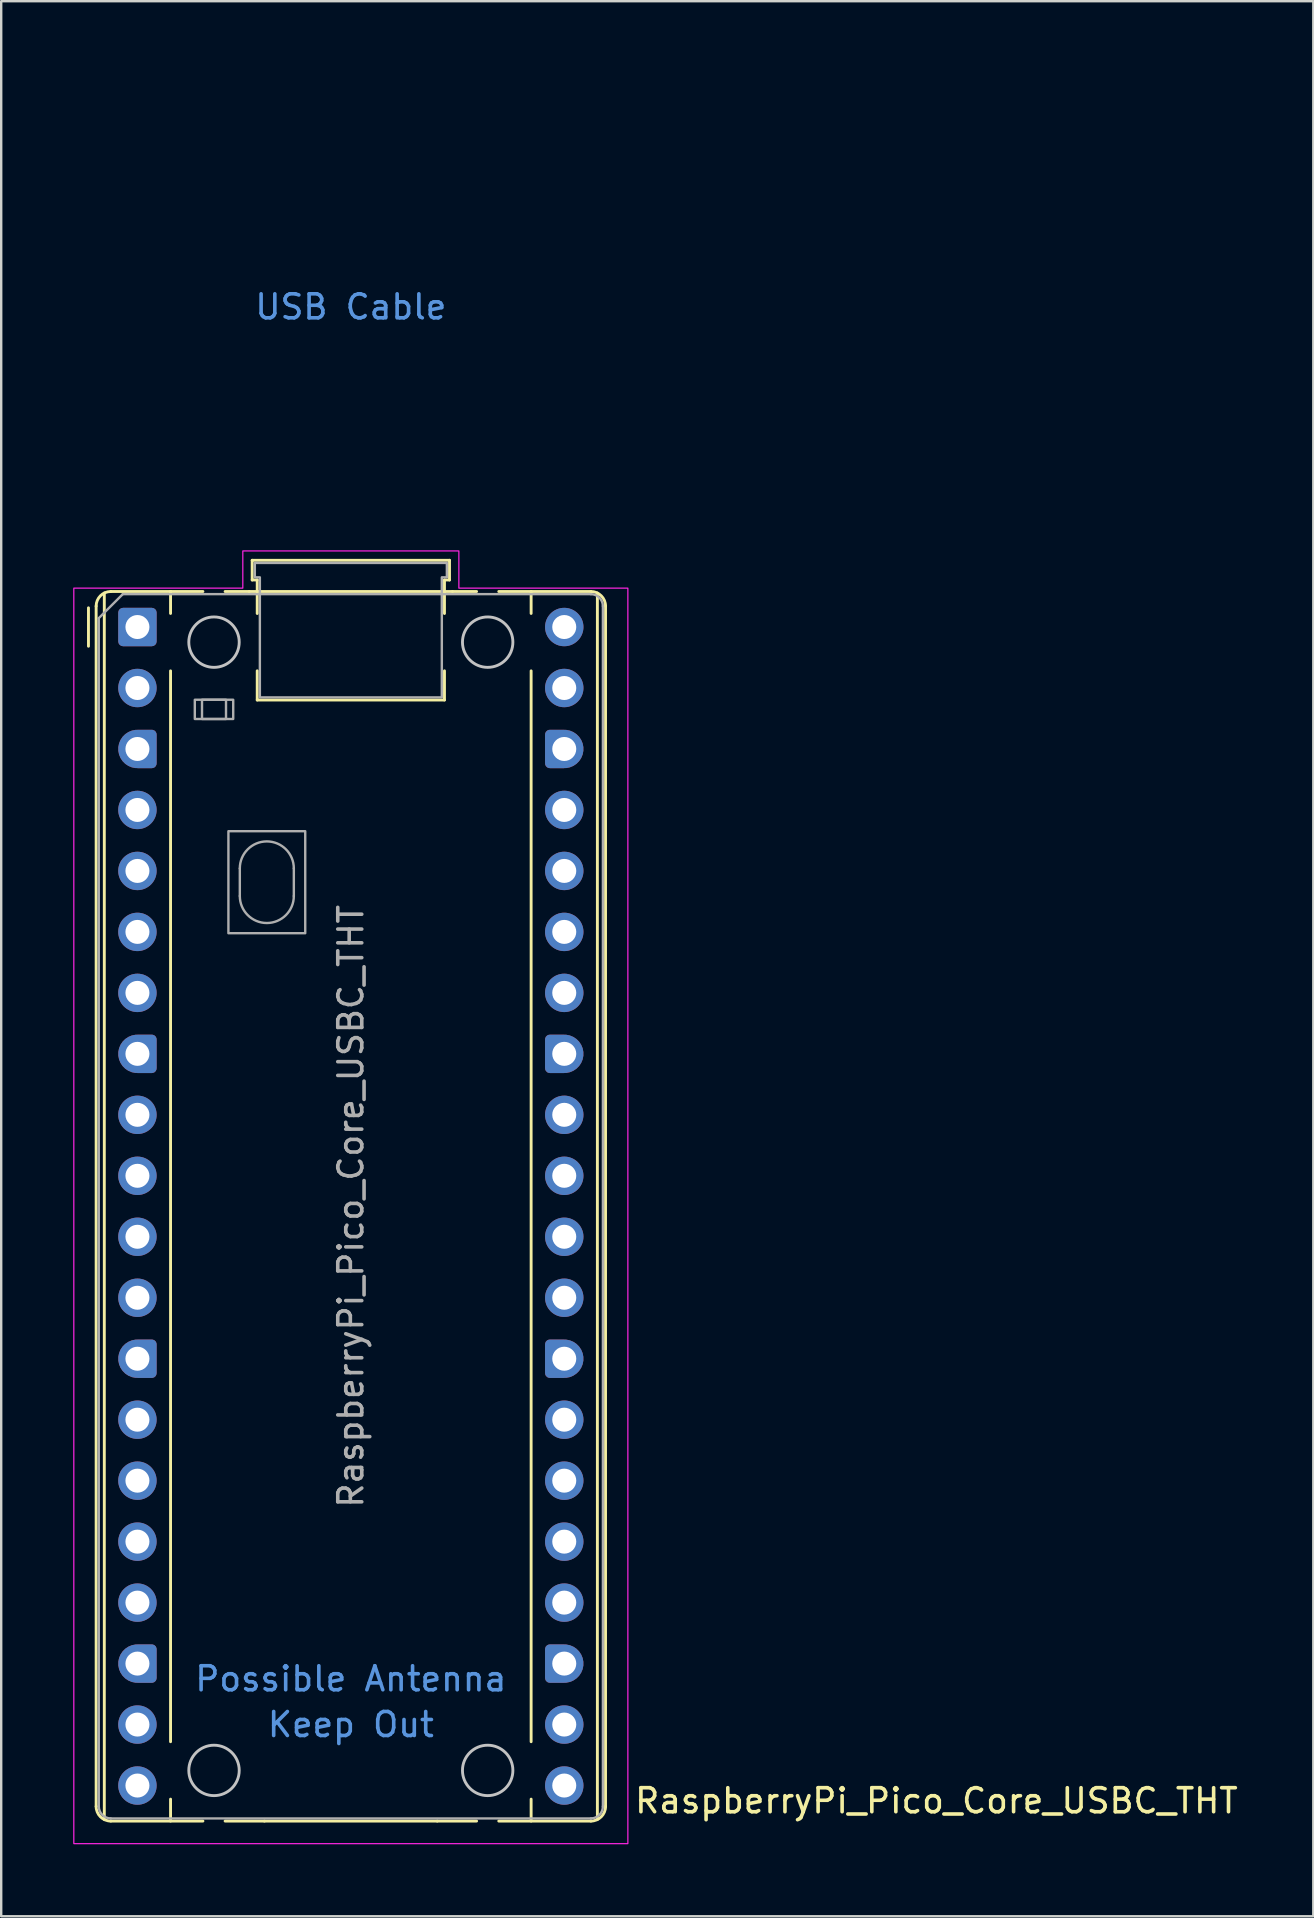
<source format=kicad_pcb>
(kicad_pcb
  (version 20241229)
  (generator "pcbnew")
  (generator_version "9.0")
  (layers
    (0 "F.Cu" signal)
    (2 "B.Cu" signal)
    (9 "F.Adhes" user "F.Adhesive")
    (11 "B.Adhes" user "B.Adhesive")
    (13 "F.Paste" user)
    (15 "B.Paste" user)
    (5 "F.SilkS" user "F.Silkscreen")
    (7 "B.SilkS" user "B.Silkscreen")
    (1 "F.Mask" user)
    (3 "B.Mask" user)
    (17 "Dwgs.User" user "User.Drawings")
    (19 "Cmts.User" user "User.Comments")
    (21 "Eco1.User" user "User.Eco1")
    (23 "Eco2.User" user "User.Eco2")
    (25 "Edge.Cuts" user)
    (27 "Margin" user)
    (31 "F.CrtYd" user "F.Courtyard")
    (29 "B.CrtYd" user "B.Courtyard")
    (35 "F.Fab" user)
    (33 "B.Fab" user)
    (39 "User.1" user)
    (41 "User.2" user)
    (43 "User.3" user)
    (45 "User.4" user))
  (footprint "RaspberryPi_Pico_Core_USBC_THT"
    (layer "F.Cu")
    (at 2.675 23.07)
    (property "Reference" "RaspberryPi_Pico_Core_USBC_THT" (at 20.637 48.895 0) (unlocked yes) (layer "F.SilkS") (effects (font (size 1 1) (thickness 0.15)) (justify left)))
    (attr through_hole)
    (fp_line (start -2.04 0.8) (end -2.04 -0.8) (stroke (width 0.12) (type solid)) (layer "F.SilkS"))
    (fp_line (start -1.72 -0.87) (end -1.72 49.13) (stroke (width 0.12) (type solid)) (layer "F.SilkS"))
    (fp_line (start -1.38 -1.417) (end -1.38 49.677) (stroke (width 0.12) (type solid)) (layer "F.SilkS"))
    (fp_line (start -1.11 -1.48) (end 1.38 -1.48) (stroke (width 0.12) (type solid)) (layer "F.SilkS"))
    (fp_line (start -1.11 49.74) (end 2.728 49.74) (stroke (width 0.12) (type solid)) (layer "F.SilkS"))
    (fp_line (start 1.38 -1.48) (end 1.38 -0.566) (stroke (width 0.12) (type solid)) (layer "F.SilkS"))
    (fp_line (start 1.38 -1.48) (end 2.728 -1.48) (stroke (width 0.12) (type solid)) (layer "F.SilkS"))
    (fp_line (start 1.38 1.826) (end 1.38 46.434) (stroke (width 0.12) (type solid)) (layer "F.SilkS"))
    (fp_line (start 1.38 48.826) (end 1.38 49.74) (stroke (width 0.12) (type solid)) (layer "F.SilkS"))
    (fp_line (start 3.652 -1.48) (end 4.655 -1.48) (stroke (width 0.12) (type solid)) (layer "F.SilkS"))
    (fp_line (start 4.655 -1.48) (end 13.125 -1.48) (stroke (width 0.12) (type solid)) (layer "F.SilkS"))
    (fp_line (start 4.78 -2.78) (end 4.78 -1.96) (stroke (width 0.12) (type solid)) (layer "F.SilkS"))
    (fp_line (start 4.78 -2.78) (end 13 -2.78) (stroke (width 0.12) (type solid)) (layer "F.SilkS"))
    (fp_line (start 4.78 -1.96) (end 4.99 -1.96) (stroke (width 0.12) (type solid)) (layer "F.SilkS"))
    (fp_line (start 4.99 -1.96) (end 4.99 -0.564) (stroke (width 0.12) (type solid)) (layer "F.SilkS"))
    (fp_line (start 4.99 1.824) (end 4.99 3.04) (stroke (width 0.12) (type solid)) (layer "F.SilkS"))
    (fp_line (start 5.29 49.74) (end 3.652 49.74) (stroke (width 0.12) (type solid)) (layer "F.SilkS"))
    (fp_line (start 12.49 49.74) (end 5.29 49.74) (stroke (width 0.12) (type solid)) (layer "F.SilkS"))
    (fp_line (start 12.79 -1.96) (end 12.79 -0.564) (stroke (width 0.12) (type solid)) (layer "F.SilkS"))
    (fp_line (start 12.79 1.824) (end 12.79 3.04) (stroke (width 0.12) (type solid)) (layer "F.SilkS"))
    (fp_line (start 12.79 3.04) (end 4.99 3.04) (stroke (width 0.12) (type solid)) (layer "F.SilkS"))
    (fp_line (start 13 -2.78) (end 13 -1.96) (stroke (width 0.12) (type solid)) (layer "F.SilkS"))
    (fp_line (start 13 -1.96) (end 12.79 -1.96) (stroke (width 0.12) (type solid)) (layer "F.SilkS"))
    (fp_line (start 13.125 -1.48) (end 14.128 -1.48) (stroke (width 0.12) (type solid)) (layer "F.SilkS"))
    (fp_line (start 14.128 49.74) (end 12.49 49.74) (stroke (width 0.12) (type solid)) (layer "F.SilkS"))
    (fp_line (start 15.052 -1.48) (end 16.4 -1.48) (stroke (width 0.12) (type solid)) (layer "F.SilkS"))
    (fp_line (start 15.052 49.74) (end 18.89 49.74) (stroke (width 0.12) (type solid)) (layer "F.SilkS"))
    (fp_line (start 16.4 -1.48) (end 16.4 -0.566) (stroke (width 0.12) (type solid)) (layer "F.SilkS"))
    (fp_line (start 16.4 1.826) (end 16.4 46.434) (stroke (width 0.12) (type solid)) (layer "F.SilkS"))
    (fp_line (start 16.4 48.826) (end 16.4 49.74) (stroke (width 0.12) (type solid)) (layer "F.SilkS"))
    (fp_line (start 18.89 -1.48) (end 16.4 -1.48) (stroke (width 0.12) (type solid)) (layer "F.SilkS"))
    (fp_line (start 19.16 49.677) (end 19.16 -1.417) (stroke (width 0.12) (type solid)) (layer "F.SilkS"))
    (fp_line (start 19.5 -0.87) (end 19.5 49.13) (stroke (width 0.12) (type solid)) (layer "F.SilkS"))
    (fp_arc (start -1.72 -0.87) (mid -1.541335 -1.301335) (end -1.11 -1.48) (stroke (width 0.12) (type solid)) (layer "F.SilkS"))
    (fp_arc (start -1.11 49.74) (mid -1.541364 49.561364) (end -1.72 49.13) (stroke (width 0.12) (type solid)) (layer "F.SilkS"))
    (fp_arc (start 18.89 -1.48) (mid 19.321335 -1.301335) (end 19.5 -0.87) (stroke (width 0.12) (type solid)) (layer "F.SilkS"))
    (fp_arc (start 19.5 49.13) (mid 19.321335 49.561335) (end 18.89 49.74) (stroke (width 0.12) (type solid)) (layer "F.SilkS"))
    (fp_circle (center 3.19 0.63) (end 4.24 0.63) (stroke (width 0.12) (type solid)) (fill no) (layer "Dwgs.User"))
    (fp_circle (center 3.19 47.63) (end 4.24 47.63) (stroke (width 0.12) (type solid)) (fill no) (layer "Dwgs.User"))
    (fp_circle (center 14.59 0.63) (end 15.64 0.63) (stroke (width 0.12) (type solid)) (fill no) (layer "Dwgs.User"))
    (fp_circle (center 14.59 47.63) (end 15.64 47.63) (stroke (width 0.12) (type solid)) (fill no) (layer "Dwgs.User"))
    (fp_poly (pts (xy 4.39 -3.17) (xy 13.39 -3.17) (xy 13.39 -1.62) (xy 20.43 -1.62) (xy 20.43 50.68) (xy -2.65 50.68) (xy -2.65 -1.62) (xy 4.39 -1.62)) (stroke (width 0.05) (type solid)) (fill no) (layer "F.CrtYd"))
    (fp_line (start -1.61 -0.37) (end -0.61 -1.37) (stroke (width 0.1) (type solid)) (layer "F.Fab"))
    (fp_line (start -1.61 49.13) (end -1.61 -0.37) (stroke (width 0.1) (type solid)) (layer "F.Fab"))
    (fp_line (start -0.61 -1.37) (end 18.89 -1.37) (stroke (width 0.1) (type solid)) (layer "F.Fab"))
    (fp_line (start 4.265 10.055) (end 4.265 11.205) (stroke (width 0.1) (type solid)) (layer "F.Fab"))
    (fp_line (start 6.515 10.055) (end 6.515 11.205) (stroke (width 0.1) (type solid)) (layer "F.Fab"))
    (fp_line (start 18.89 49.63) (end -1.11 49.63) (stroke (width 0.1) (type solid)) (layer "F.Fab"))
    (fp_line (start 19.39 -0.87) (end 19.39 49.13) (stroke (width 0.1) (type solid)) (layer "F.Fab"))
    (fp_rect (start 2.39 3.03) (end 3.99 3.83) (stroke (width 0.1) (type solid)) (fill no) (layer "F.Fab"))
    (fp_rect (start 2.69 3.03) (end 3.69 3.83) (stroke (width 0.1) (type solid)) (fill no) (layer "F.Fab"))
    (fp_rect (start 3.79 8.505) (end 6.99 12.755) (stroke (width 0.1) (type solid)) (fill no) (layer "F.Fab"))
    (fp_arc (start -1.11 49.63) (mid -1.463553 49.483553) (end -1.61 49.13) (stroke (width 0.1) (type solid)) (layer "F.Fab"))
    (fp_arc (start 4.265 10.055) (mid 5.39 8.93) (end 6.515 10.055) (stroke (width 0.1) (type solid)) (layer "F.Fab"))
    (fp_arc (start 6.515 11.205) (mid 5.39 12.33) (end 4.265 11.205) (stroke (width 0.1) (type solid)) (layer "F.Fab"))
    (fp_arc (start 18.89 -1.37) (mid 19.243553 -1.223553) (end 19.39 -0.87) (stroke (width 0.1) (type solid)) (layer "F.Fab"))
    (fp_arc (start 19.39 49.13) (mid 19.243553 49.483553) (end 18.89 49.63) (stroke (width 0.1) (type solid)) (layer "F.Fab"))
    (fp_poly (pts (xy 12.68 2.93) (xy 12.68 -2.07) (xy 12.89 -2.07) (xy 12.89 -2.67) (xy 4.89 -2.67) (xy 4.89 -2.07) (xy 5.1 -2.07) (xy 5.1 2.93)) (stroke (width 0.1) (type solid)) (fill no) (layer "F.Fab"))
    (fp_text user "Possible Antenna" (at 8.89 43.815 0) (unlocked yes) (layer "Cmts.User") (effects (font (size 1 1) (thickness 0.15))))
    (fp_text user "USB Cable" (at 8.89 -13.335 0) (unlocked yes) (layer "Cmts.User") (effects (font (size 1 1) (thickness 0.15))))
    (fp_text user "Keep Out" (at 8.89 45.72 0) (unlocked yes) (layer "Cmts.User") (effects (font (size 1 1) (thickness 0.15))))
    (fp_text user "${REFERENCE}" (at 8.89 24.13 90) (layer "F.Fab") (effects (font (size 1 1) (thickness 0.15))))
    (pad "1" thru_hole roundrect (at 0 0) (size 1.6 1.6) (drill 1) (layers "*.Cu" "*.Mask") (roundrect_rratio 0.125))
    (pad "2" thru_hole circle (at 0 2.54) (size 1.6 1.6) (drill 1) (layers "*.Cu" "*.Mask"))
    (pad "3" thru_hole custom (at 0 5.08) (size 1.6 1.6) (drill 1) (layers "*.Cu" "*.Mask") (options (anchor circle)) (primitives (gr_poly (pts (xy 0.8 0.6) (xy 0.8 -0.6) (xy 0.6 -0.8) (xy 0 -0.8) (xy 0 0.8) (xy 0.6 0.8)) (width 0) (fill yes)) (gr_circle (center 0.6 0.6) (end 0.8 0.6) (width 0) (fill yes)) (gr_circle (center 0.6 -0.6) (end 0.8 -0.6) (width 0) (fill yes))))
    (pad "4" thru_hole circle (at 0 7.62) (size 1.6 1.6) (drill 1) (layers "*.Cu" "*.Mask"))
    (pad "5" thru_hole circle (at 0 10.16) (size 1.6 1.6) (drill 1) (layers "*.Cu" "*.Mask"))
    (pad "6" thru_hole circle (at 0 12.7) (size 1.6 1.6) (drill 1) (layers "*.Cu" "*.Mask"))
    (pad "7" thru_hole circle (at 0 15.24) (size 1.6 1.6) (drill 1) (layers "*.Cu" "*.Mask"))
    (pad "8" thru_hole custom (at 0 17.78) (size 1.6 1.6) (drill 1) (layers "*.Cu" "*.Mask") (options (anchor circle)) (primitives (gr_poly (pts (xy 0.8 0.6) (xy 0.8 -0.6) (xy 0.6 -0.8) (xy 0 -0.8) (xy 0 0.8) (xy 0.6 0.8)) (width 0) (fill yes)) (gr_circle (center 0.6 0.6) (end 0.8 0.6) (width 0) (fill yes)) (gr_circle (center 0.6 -0.6) (end 0.8 -0.6) (width 0) (fill yes))))
    (pad "9" thru_hole circle (at 0 20.32) (size 1.6 1.6) (drill 1) (layers "*.Cu" "*.Mask"))
    (pad "10" thru_hole circle (at 0 22.86) (size 1.6 1.6) (drill 1) (layers "*.Cu" "*.Mask"))
    (pad "11" thru_hole circle (at 0 25.4) (size 1.6 1.6) (drill 1) (layers "*.Cu" "*.Mask"))
    (pad "12" thru_hole circle (at 0 27.94) (size 1.6 1.6) (drill 1) (layers "*.Cu" "*.Mask"))
    (pad "13" thru_hole custom (at 0 30.48) (size 1.6 1.6) (drill 1) (layers "*.Cu" "*.Mask") (options (anchor circle)) (primitives (gr_poly (pts (xy 0.8 0.6) (xy 0.8 -0.6) (xy 0.6 -0.8) (xy 0 -0.8) (xy 0 0.8) (xy 0.6 0.8)) (width 0) (fill yes)) (gr_circle (center 0.6 0.6) (end 0.8 0.6) (width 0) (fill yes)) (gr_circle (center 0.6 -0.6) (end 0.8 -0.6) (width 0) (fill yes))))
    (pad "14" thru_hole circle (at 0 33.02) (size 1.6 1.6) (drill 1) (layers "*.Cu" "*.Mask"))
    (pad "15" thru_hole circle (at 0 35.56) (size 1.6 1.6) (drill 1) (layers "*.Cu" "*.Mask"))
    (pad "16" thru_hole circle (at 0 38.1) (size 1.6 1.6) (drill 1) (layers "*.Cu" "*.Mask"))
    (pad "17" thru_hole circle (at 0 40.64) (size 1.6 1.6) (drill 1) (layers "*.Cu" "*.Mask"))
    (pad "18" thru_hole custom (at 0 43.18) (size 1.6 1.6) (drill 1) (layers "*.Cu" "*.Mask") (options (anchor circle)) (primitives (gr_poly (pts (xy 0.8 0.6) (xy 0.8 -0.6) (xy 0.6 -0.8) (xy 0 -0.8) (xy 0 0.8) (xy 0.6 0.8)) (width 0) (fill yes)) (gr_circle (center 0.6 0.6) (end 0.8 0.6) (width 0) (fill yes)) (gr_circle (center 0.6 -0.6) (end 0.8 -0.6) (width 0) (fill yes))))
    (pad "19" thru_hole circle (at 0 45.72) (size 1.6 1.6) (drill 1) (layers "*.Cu" "*.Mask"))
    (pad "20" thru_hole circle (at 0 48.26) (size 1.6 1.6) (drill 1) (layers "*.Cu" "*.Mask"))
    (pad "21" thru_hole circle (at 17.78 48.26) (size 1.6 1.6) (drill 1) (layers "*.Cu" "*.Mask"))
    (pad "22" thru_hole circle (at 17.78 45.72) (size 1.6 1.6) (drill 1) (layers "*.Cu" "*.Mask"))
    (pad "23" thru_hole custom (at 17.78 43.18) (size 1.6 1.6) (drill 1) (layers "*.Cu" "*.Mask") (options (anchor circle)) (primitives (gr_poly (pts (xy -0.8 0.6) (xy -0.8 -0.6) (xy -0.6 -0.8) (xy 0 -0.8) (xy 0 0.8) (xy -0.6 0.8)) (width 0) (fill yes)) (gr_circle (center -0.6 0.6) (end -0.4 0.6) (width 0) (fill yes)) (gr_circle (center -0.6 -0.6) (end -0.4 -0.6) (width 0) (fill yes))))
    (pad "24" thru_hole circle (at 17.78 40.64) (size 1.6 1.6) (drill 1) (layers "*.Cu" "*.Mask"))
    (pad "25" thru_hole circle (at 17.78 38.1) (size 1.6 1.6) (drill 1) (layers "*.Cu" "*.Mask"))
    (pad "26" thru_hole circle (at 17.78 35.56) (size 1.6 1.6) (drill 1) (layers "*.Cu" "*.Mask"))
    (pad "27" thru_hole circle (at 17.78 33.02) (size 1.6 1.6) (drill 1) (layers "*.Cu" "*.Mask"))
    (pad "28" thru_hole custom (at 17.78 30.48) (size 1.6 1.6) (drill 1) (layers "*.Cu" "*.Mask") (options (anchor circle)) (primitives (gr_poly (pts (xy -0.8 0.6) (xy -0.8 -0.6) (xy -0.6 -0.8) (xy 0 -0.8) (xy 0 0.8) (xy -0.6 0.8)) (width 0) (fill yes)) (gr_circle (center -0.6 0.6) (end -0.4 0.6) (width 0) (fill yes)) (gr_circle (center -0.6 -0.6) (end -0.4 -0.6) (width 0) (fill yes))))
    (pad "29" thru_hole circle (at 17.78 27.94) (size 1.6 1.6) (drill 1) (layers "*.Cu" "*.Mask"))
    (pad "30" thru_hole circle (at 17.78 25.4) (size 1.6 1.6) (drill 1) (layers "*.Cu" "*.Mask"))
    (pad "31" thru_hole circle (at 17.78 22.86) (size 1.6 1.6) (drill 1) (layers "*.Cu" "*.Mask"))
    (pad "32" thru_hole circle (at 17.78 20.32) (size 1.6 1.6) (drill 1) (layers "*.Cu" "*.Mask"))
    (pad "33" thru_hole custom (at 17.78 17.78) (size 1.6 1.6) (drill 1) (layers "*.Cu" "*.Mask") (options (anchor circle)) (primitives (gr_poly (pts (xy -0.8 0.6) (xy -0.8 -0.6) (xy -0.6 -0.8) (xy 0 -0.8) (xy 0 0.8) (xy -0.6 0.8)) (width 0) (fill yes)) (gr_circle (center -0.6 0.6) (end -0.4 0.6) (width 0) (fill yes)) (gr_circle (center -0.6 -0.6) (end -0.4 -0.6) (width 0) (fill yes))))
    (pad "34" thru_hole circle (at 17.78 15.24) (size 1.6 1.6) (drill 1) (layers "*.Cu" "*.Mask"))
    (pad "35" thru_hole circle (at 17.78 12.7) (size 1.6 1.6) (drill 1) (layers "*.Cu" "*.Mask"))
    (pad "36" thru_hole circle (at 17.78 10.16) (size 1.6 1.6) (drill 1) (layers "*.Cu" "*.Mask"))
    (pad "37" thru_hole circle (at 17.78 7.62) (size 1.6 1.6) (drill 1) (layers "*.Cu" "*.Mask"))
    (pad "38" thru_hole custom (at 17.78 5.08) (size 1.6 1.6) (drill 1) (layers "*.Cu" "*.Mask") (options (anchor circle)) (primitives (gr_poly (pts (xy -0.8 0.6) (xy -0.8 -0.6) (xy -0.6 -0.8) (xy 0 -0.8) (xy 0 0.8) (xy -0.6 0.8)) (width 0) (fill yes)) (gr_circle (center -0.6 0.6) (end -0.4 0.6) (width 0) (fill yes)) (gr_circle (center -0.6 -0.6) (end -0.4 -0.6) (width 0) (fill yes))))
    (pad "39" thru_hole circle (at 17.78 2.54) (size 1.6 1.6) (drill 1) (layers "*.Cu" "*.Mask"))
    (pad "40" thru_hole circle (at 17.78 0) (size 1.6 1.6) (drill 1) (layers "*.Cu" "*.Mask"))
    (zone (net_name "") (layers "F.Cu" "B.Cu" "F.Paste" "B.Paste") (name "Antenna Copper Keep Out") (hatch full 0.5) (connect_pads) (min_thickness 0.254) (filled_areas_thickness no) (keepout (tracks not_allowed) (vias not_allowed) (pads not_allowed) (copperpour not_allowed) (footprints allowed)) (placement (enabled no)) (fill) (polygon (pts (xy 9.165 72.19) (xy 4.465 68.54) (xy 4.465 64.2) (xy 18.665 64.2) (xy 18.665 68.54) (xy 13.965 72.19) (xy 13.965 73.2) (xy 9.165 73.2))))
    (zone (net_name "") (layer "F.CrtYd") (name "USB Cable") (hatch edge 0.5) (connect_pads) (min_thickness 0.254) (filled_areas_thickness no) (keepout (tracks allowed) (vias allowed) (pads allowed) (copperpour allowed) (footprints allowed)) (placement (enabled no)) (fill) (polygon (pts (xy 5.815 19.5) (xy 7.625 19.5) (xy 7.625 19.9) (xy 15.505 19.9) (xy 15.505 19.5) (xy 17.315 19.5) (xy 17.315 0) (xy 5.815 0)))))
  (gr_rect
    (start -3 -3)
    (end 51.658 76.775)
    (stroke (width 0.1) (type default))
    (fill no)
    (layer "Edge.Cuts")))
</source>
